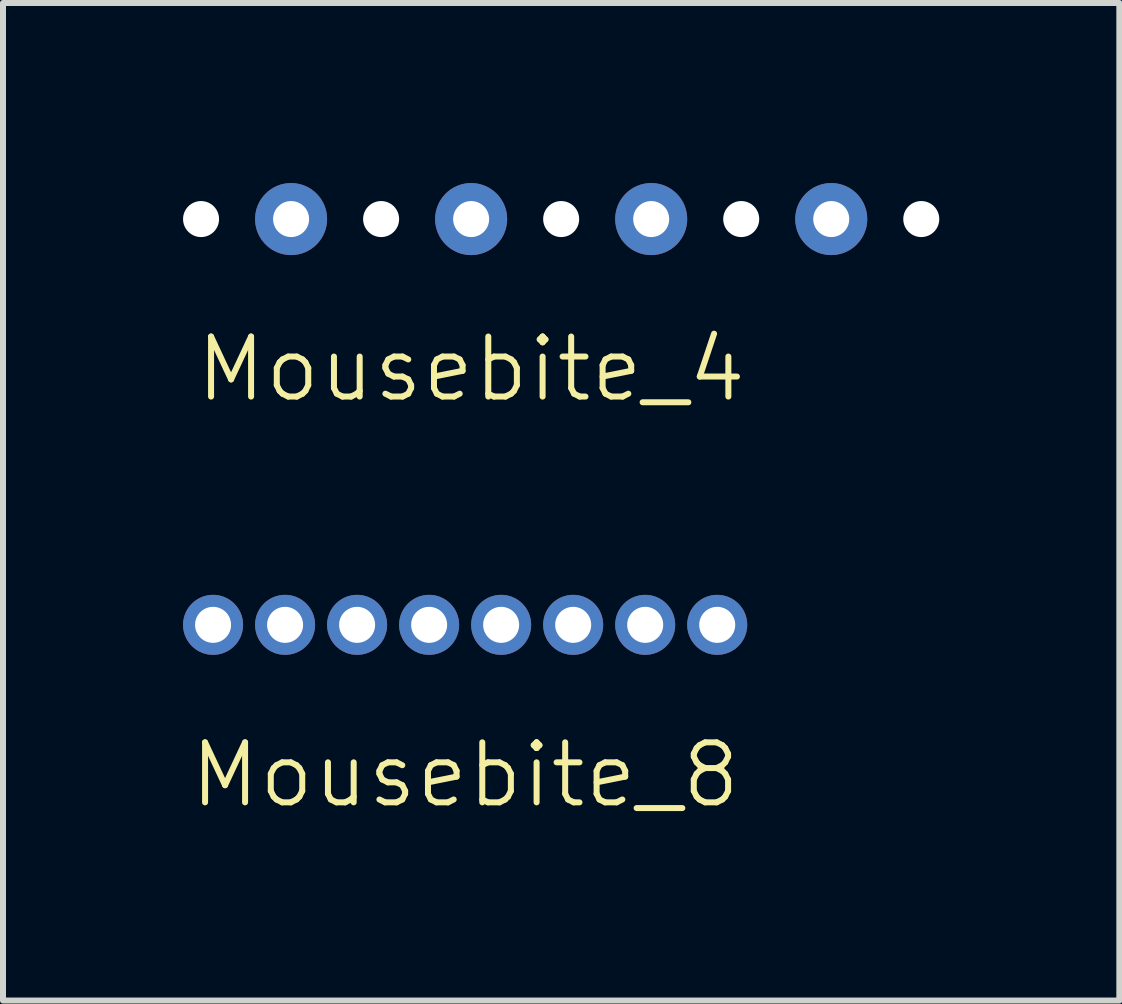
<source format=kicad_pcb>
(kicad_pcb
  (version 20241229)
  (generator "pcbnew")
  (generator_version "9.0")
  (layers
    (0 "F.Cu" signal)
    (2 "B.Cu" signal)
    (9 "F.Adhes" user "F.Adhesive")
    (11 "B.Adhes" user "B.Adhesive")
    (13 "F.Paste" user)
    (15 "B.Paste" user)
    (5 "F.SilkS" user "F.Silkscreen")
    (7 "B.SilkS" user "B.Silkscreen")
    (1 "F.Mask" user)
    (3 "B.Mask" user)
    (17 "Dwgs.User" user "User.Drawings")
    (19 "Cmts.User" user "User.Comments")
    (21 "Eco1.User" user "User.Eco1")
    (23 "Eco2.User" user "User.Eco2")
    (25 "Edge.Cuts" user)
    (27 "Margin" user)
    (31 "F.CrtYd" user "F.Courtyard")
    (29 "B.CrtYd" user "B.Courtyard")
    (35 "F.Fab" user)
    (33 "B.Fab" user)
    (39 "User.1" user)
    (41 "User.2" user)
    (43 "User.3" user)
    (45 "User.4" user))
  (footprint "Mousebite_4"
    (layer "F.Cu")
    (at 4.8 0.6)
    (property "Reference" "Mousebite_4" (at 0 2.5 0) (unlocked yes) (layer "F.SilkS") (effects (font (size 1 1) (thickness 0.1))))
    (attr through_hole exclude_from_pos_files exclude_from_bom allow_missing_courtyard)
    (pad "" np_thru_hole circle (at -4.5 0) (size 0.6 0.6) (drill 0.6) (layers "*.Cu" "*.Mask"))
    (pad "" np_thru_hole circle (at -1.5 0) (size 0.6 0.6) (drill 0.6) (layers "*.Cu" "*.Mask"))
    (pad "" np_thru_hole circle (at 1.5 0) (size 0.6 0.6) (drill 0.6) (layers "*.Cu" "*.Mask"))
    (pad "" np_thru_hole circle (at 4.5 0) (size 0.6 0.6) (drill 0.6) (layers "*.Cu" "*.Mask"))
    (pad "" np_thru_hole circle (at 7.5 0) (size 0.6 0.6) (drill 0.6) (layers "*.Cu" "*.Mask"))
    (pad "1" thru_hole circle (at -3 0) (size 1.2 1.2) (drill 0.6) (layers "*.Cu" "*.Mask"))
    (pad "2" thru_hole circle (at 0 0) (size 1.2 1.2) (drill 0.6) (layers "*.Cu" "*.Mask"))
    (pad "3" thru_hole circle (at 3 0) (size 1.2 1.2) (drill 0.6) (layers "*.Cu" "*.Mask"))
    (pad "4" thru_hole circle (at 6 0) (size 1.2 1.2) (drill 0.6) (layers "*.Cu" "*.Mask")))
  (footprint "Mousebite_8"
    (layer "F.Cu")
    (at 4.7 7.361)
    (property "Reference" "Mousebite_8" (at 0 2.5 0) (unlocked yes) (layer "F.SilkS") (effects (font (size 1 1) (thickness 0.1))))
    (attr through_hole exclude_from_pos_files exclude_from_bom allow_missing_courtyard)
    (pad "1" thru_hole circle (at -4.2 0) (size 1 1) (drill 0.6) (layers "*.Cu"))
    (pad "2" thru_hole circle (at -3 0) (size 1 1) (drill 0.6) (layers "*.Cu"))
    (pad "3" thru_hole circle (at -1.8 0) (size 1 1) (drill 0.6) (layers "*.Cu"))
    (pad "4" thru_hole circle (at -0.6 0) (size 1 1) (drill 0.6) (layers "*.Cu"))
    (pad "5" thru_hole circle (at 0.6 0) (size 1 1) (drill 0.6) (layers "*.Cu"))
    (pad "6" thru_hole circle (at 1.8 0) (size 1 1) (drill 0.6) (layers "*.Cu"))
    (pad "7" thru_hole circle (at 3 0) (size 1 1) (drill 0.6) (layers "*.Cu"))
    (pad "8" thru_hole circle (at 4.2 0) (size 1 1) (drill 0.6) (layers "*.Cu")))
  (gr_rect
    (start -3 -3)
    (end 15.6 13.621)
    (stroke (width 0.1) (type default))
    (fill no)
    (layer "Edge.Cuts")))
</source>
